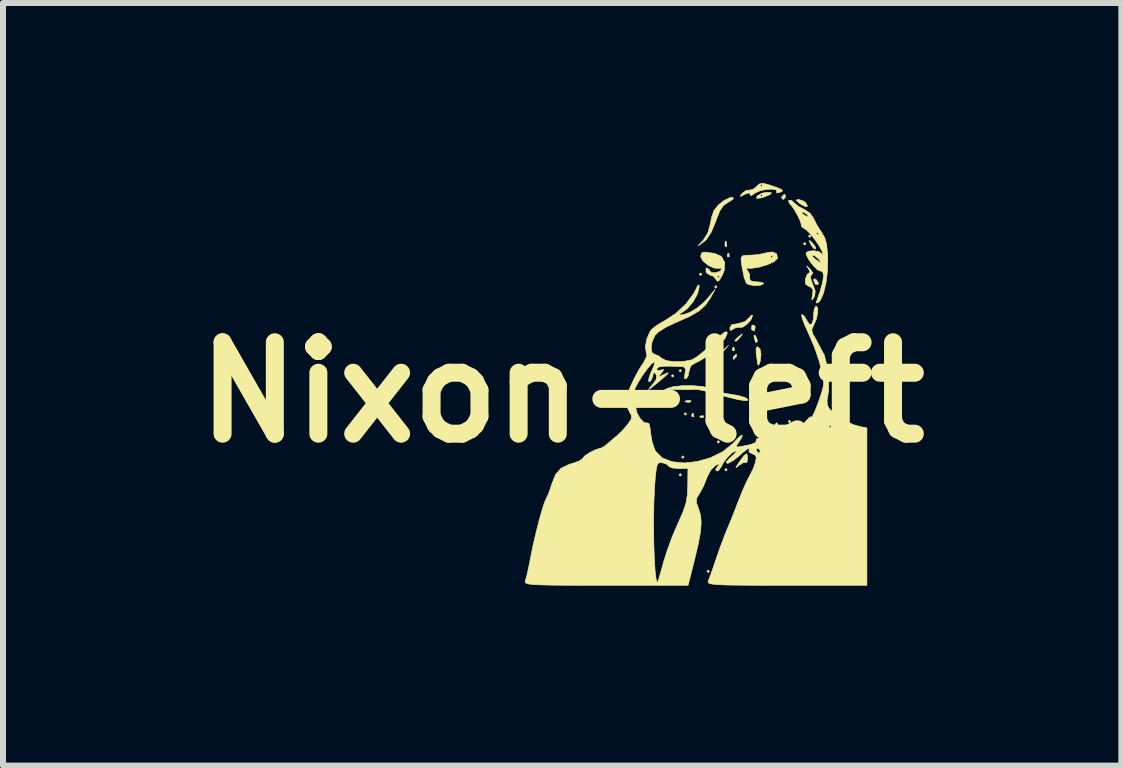
<source format=kicad_pcb>
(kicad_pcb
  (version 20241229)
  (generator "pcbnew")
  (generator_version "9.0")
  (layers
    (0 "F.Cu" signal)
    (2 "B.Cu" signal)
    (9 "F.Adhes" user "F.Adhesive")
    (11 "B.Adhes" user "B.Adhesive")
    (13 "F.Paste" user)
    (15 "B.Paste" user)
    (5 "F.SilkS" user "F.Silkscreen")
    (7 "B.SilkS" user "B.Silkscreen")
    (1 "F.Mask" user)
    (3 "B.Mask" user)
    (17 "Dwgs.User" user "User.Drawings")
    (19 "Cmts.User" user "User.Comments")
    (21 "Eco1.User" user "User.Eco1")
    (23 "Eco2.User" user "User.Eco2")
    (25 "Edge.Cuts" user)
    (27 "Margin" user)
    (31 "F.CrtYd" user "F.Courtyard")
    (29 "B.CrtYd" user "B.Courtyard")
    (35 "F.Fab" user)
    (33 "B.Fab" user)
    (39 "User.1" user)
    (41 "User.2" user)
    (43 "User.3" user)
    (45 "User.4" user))
  (footprint "Nixon-left"
    (layer "F.Cu")
    (at 6.321 3.49)
    (property "Reference" "Nixon-left" (at 0 0 0) (layer "F.SilkS") (effects (font (size 1.524 1.524) (thickness 0.3))))
    (attr through_hole)
    (fp_poly (pts (xy 1.863 -0.275) (xy 1.841 -0.254) (xy 1.82 -0.275) (xy 1.841 -0.296) (xy 1.863 -0.275)) (stroke (width 0.01) (type solid)) (fill yes) (layer "F.SilkS"))
    (fp_poly (pts (xy 1.99 -0.36) (xy 1.968 -0.339) (xy 1.947 -0.36) (xy 1.968 -0.381) (xy 1.99 -0.36)) (stroke (width 0.01) (type solid)) (fill yes) (layer "F.SilkS"))
    (fp_poly (pts (xy 1.99 1.376) (xy 1.968 1.397) (xy 1.947 1.376) (xy 1.968 1.355) (xy 1.99 1.376)) (stroke (width 0.01) (type solid)) (fill yes) (layer "F.SilkS"))
    (fp_poly (pts (xy 2.032 1.079) (xy 2.011 1.101) (xy 1.99 1.079) (xy 2.011 1.058) (xy 2.032 1.079)) (stroke (width 0.01) (type solid)) (fill yes) (layer "F.SilkS"))
    (fp_poly (pts (xy 2.074 0.36) (xy 2.053 0.381) (xy 2.032 0.36) (xy 2.053 0.339) (xy 2.074 0.36)) (stroke (width 0.01) (type solid)) (fill yes) (layer "F.SilkS"))
    (fp_poly (pts (xy 2.328 -1.968) (xy 2.307 -1.947) (xy 2.286 -1.968) (xy 2.307 -1.99) (xy 2.328 -1.968)) (stroke (width 0.01) (type solid)) (fill yes) (layer "F.SilkS"))
    (fp_poly (pts (xy 2.455 2.985) (xy 2.434 3.006) (xy 2.413 2.985) (xy 2.434 2.963) (xy 2.455 2.985)) (stroke (width 0.01) (type solid)) (fill yes) (layer "F.SilkS"))
    (fp_poly (pts (xy 2.582 -1.757) (xy 2.561 -1.736) (xy 2.54 -1.757) (xy 2.561 -1.778) (xy 2.582 -1.757)) (stroke (width 0.01) (type solid)) (fill yes) (layer "F.SilkS"))
    (fp_poly (pts (xy 2.625 0.741) (xy 2.603 0.762) (xy 2.582 0.741) (xy 2.603 0.72) (xy 2.625 0.741)) (stroke (width 0.01) (type solid)) (fill yes) (layer "F.SilkS"))
    (fp_poly (pts (xy 2.625 0.826) (xy 2.603 0.847) (xy 2.582 0.826) (xy 2.603 0.804) (xy 2.625 0.826)) (stroke (width 0.01) (type solid)) (fill yes) (layer "F.SilkS"))
    (fp_poly (pts (xy 2.752 1.291) (xy 2.731 1.312) (xy 2.709 1.291) (xy 2.731 1.27) (xy 2.752 1.291)) (stroke (width 0.01) (type solid)) (fill yes) (layer "F.SilkS"))
    (fp_poly (pts (xy 3.217 0.191) (xy 3.196 0.212) (xy 3.175 0.191) (xy 3.196 0.169) (xy 3.217 0.191)) (stroke (width 0.01) (type solid)) (fill yes) (layer "F.SilkS"))
    (fp_poly (pts (xy 3.641 -0.36) (xy 3.619 -0.339) (xy 3.598 -0.36) (xy 3.619 -0.381) (xy 3.641 -0.36)) (stroke (width 0.01) (type solid)) (fill yes) (layer "F.SilkS"))
    (fp_poly (pts (xy 3.81 0.487) (xy 3.789 0.508) (xy 3.768 0.487) (xy 3.789 0.466) (xy 3.81 0.487)) (stroke (width 0.01) (type solid)) (fill yes) (layer "F.SilkS"))
    (fp_poly (pts (xy 3.937 0.529) (xy 3.916 0.55) (xy 3.895 0.529) (xy 3.916 0.508) (xy 3.937 0.529)) (stroke (width 0.01) (type solid)) (fill yes) (layer "F.SilkS"))
    (fp_poly (pts (xy 4.064 -2.477) (xy 4.043 -2.455) (xy 4.022 -2.477) (xy 4.043 -2.498) (xy 4.064 -2.477)) (stroke (width 0.01) (type solid)) (fill yes) (layer "F.SilkS"))
    (fp_poly (pts (xy 4.149 -2.603) (xy 4.128 -2.582) (xy 4.106 -2.603) (xy 4.128 -2.625) (xy 4.149 -2.603)) (stroke (width 0.01) (type solid)) (fill yes) (layer "F.SilkS"))
    (fp_poly (pts (xy 2.148 0.144) (xy 2.135 0.163) (xy 2.092 0.166) (xy 2.047 0.156) (xy 2.066 0.14) (xy 2.133 0.135) (xy 2.148 0.144)) (stroke (width 0.01) (type solid)) (fill yes) (layer "F.SilkS"))
    (fp_poly (pts (xy 2.187 0.353) (xy 2.192 0.403) (xy 2.187 0.409) (xy 2.162 0.403) (xy 2.159 0.381) (xy 2.174 0.346) (xy 2.187 0.353)) (stroke (width 0.01) (type solid)) (fill yes) (layer "F.SilkS"))
    (fp_poly (pts (xy 2.357 0.395) (xy 2.351 0.42) (xy 2.328 0.423) (xy 2.293 0.408) (xy 2.3 0.395) (xy 2.35 0.39) (xy 2.357 0.395)) (stroke (width 0.01) (type solid)) (fill yes) (layer "F.SilkS"))
    (fp_poly (pts (xy 2.738 -2.506) (xy 2.743 -2.439) (xy 2.735 -2.424) (xy 2.716 -2.437) (xy 2.713 -2.48) (xy 2.723 -2.525) (xy 2.738 -2.506)) (stroke (width 0.01) (type solid)) (fill yes) (layer "F.SilkS"))
    (fp_poly (pts (xy 2.78 -2.314) (xy 2.785 -2.264) (xy 2.78 -2.258) (xy 2.755 -2.264) (xy 2.752 -2.286) (xy 2.767 -2.321) (xy 2.78 -2.314)) (stroke (width 0.01) (type solid)) (fill yes) (layer "F.SilkS"))
    (fp_poly (pts (xy 2.865 -0.748) (xy 2.87 -0.698) (xy 2.865 -0.691) (xy 2.839 -0.697) (xy 2.836 -0.72) (xy 2.852 -0.755) (xy 2.865 -0.748)) (stroke (width 0.01) (type solid)) (fill yes) (layer "F.SilkS"))
    (fp_poly (pts (xy 3.211 -1.112) (xy 3.217 -1.082) (xy 3.203 -1.021) (xy 3.167 -1.039) (xy 3.156 -1.055) (xy 3.161 -1.11) (xy 3.174 -1.121) (xy 3.211 -1.112)) (stroke (width 0.01) (type solid)) (fill yes) (layer "F.SilkS"))
    (fp_poly (pts (xy 3.222 -0.943) (xy 3.224 -0.941) (xy 3.254 -0.868) (xy 3.251 -0.841) (xy 3.229 -0.831) (xy 3.206 -0.886) (xy 3.196 -0.951) (xy 3.222 -0.943)) (stroke (width 0.01) (type solid)) (fill yes) (layer "F.SilkS"))
    (fp_poly (pts (xy 4.129 -2.529) (xy 4.173 -2.488) (xy 4.222 -2.424) (xy 4.224 -2.389) (xy 4.188 -2.402) (xy 4.147 -2.462) (xy 4.115 -2.53) (xy 4.129 -2.529)) (stroke (width 0.01) (type solid)) (fill yes) (layer "F.SilkS"))
    (fp_poly (pts (xy 2.908 -0.608) (xy 2.9 -0.593) (xy 2.86 -0.552) (xy 2.853 -0.55) (xy 2.85 -0.578) (xy 2.857 -0.593) (xy 2.897 -0.633) (xy 2.905 -0.635) (xy 2.908 -0.608)) (stroke (width 0.01) (type solid)) (fill yes) (layer "F.SilkS"))
    (fp_poly (pts (xy 2.992 -0.951) (xy 2.969 -0.921) (xy 2.907 -0.855) (xy 2.879 -0.855) (xy 2.879 -0.863) (xy 2.908 -0.898) (xy 2.953 -0.937) (xy 3.003 -0.973) (xy 2.992 -0.951)) (stroke (width 0.01) (type solid)) (fill yes) (layer "F.SilkS"))
    (fp_poly (pts (xy 3.216 0.032) (xy 3.217 0.042) (xy 3.185 0.083) (xy 3.175 0.085) (xy 3.134 0.052) (xy 3.133 0.042) (xy 3.165 0.001) (xy 3.175 0) (xy 3.216 0.032)) (stroke (width 0.01) (type solid)) (fill yes) (layer "F.SilkS"))
    (fp_poly (pts (xy 3.598 0.541) (xy 3.598 0.55) (xy 3.566 0.591) (xy 3.554 0.593) (xy 3.528 0.567) (xy 3.535 0.55) (xy 3.573 0.51) (xy 3.58 0.508) (xy 3.598 0.541)) (stroke (width 0.01) (type solid)) (fill yes) (layer "F.SilkS"))
    (fp_poly (pts (xy 3.725 -3.269) (xy 3.725 -3.26) (xy 3.693 -3.219) (xy 3.681 -3.217) (xy 3.655 -3.243) (xy 3.662 -3.26) (xy 3.7 -3.3) (xy 3.707 -3.302) (xy 3.725 -3.269)) (stroke (width 0.01) (type solid)) (fill yes) (layer "F.SilkS"))
    (fp_poly (pts (xy 4.241 -1.872) (xy 4.273 -1.818) (xy 4.269 -1.8) (xy 4.225 -1.801) (xy 4.219 -1.806) (xy 4.191 -1.871) (xy 4.191 -1.878) (xy 4.212 -1.894) (xy 4.241 -1.872)) (stroke (width 0.01) (type solid)) (fill yes) (layer "F.SilkS"))
    (fp_poly (pts (xy 2.648 -0.646) (xy 2.558 -0.549) (xy 2.511 -0.511) (xy 2.498 -0.521) (xy 2.498 -0.521) (xy 2.526 -0.555) (xy 2.597 -0.624) (xy 2.635 -0.659) (xy 2.773 -0.783) (xy 2.648 -0.646)) (stroke (width 0.01) (type solid)) (fill yes) (layer "F.SilkS"))
    (fp_poly (pts (xy 3.301 -0.33) (xy 3.301 -0.307) (xy 3.286 -0.233) (xy 3.26 -0.212) (xy 3.219 -0.236) (xy 3.218 -0.243) (xy 3.239 -0.303) (xy 3.26 -0.339) (xy 3.291 -0.372) (xy 3.301 -0.33)) (stroke (width 0.01) (type solid)) (fill yes) (layer "F.SilkS"))
    (fp_poly (pts (xy 4.026 -3.187) (xy 4.064 -3.154) (xy 4.091 -3.103) (xy 4.06 -3.094) (xy 3.988 -3.13) (xy 3.956 -3.152) (xy 3.903 -3.199) (xy 3.92 -3.215) (xy 3.942 -3.216) (xy 4.026 -3.187)) (stroke (width 0.01) (type solid)) (fill yes) (layer "F.SilkS"))
    (fp_poly (pts (xy 3.297 -0.726) (xy 3.315 -0.636) (xy 3.302 -0.521) (xy 3.299 -0.508) (xy 3.275 -0.452) (xy 3.26 -0.466) (xy 3.248 -0.555) (xy 3.234 -0.646) (xy 3.232 -0.729) (xy 3.253 -0.762) (xy 3.297 -0.726)) (stroke (width 0.01) (type solid)) (fill yes) (layer "F.SilkS"))
    (fp_poly (pts (xy 3.088 1.058) (xy 3.09 1.108) (xy 3.08 1.168) (xy 3.062 1.171) (xy 3.014 1.174) (xy 2.948 1.217) (xy 2.899 1.256) (xy 2.898 1.244) (xy 2.944 1.173) (xy 2.958 1.154) (xy 3.032 1.054) (xy 3.073 1.023) (xy 3.088 1.058)) (stroke (width 0.01) (type solid)) (fill yes) (layer "F.SilkS"))
    (fp_poly (pts (xy 3.175 -1.279) (xy 3.147 -1.21) (xy 3.083 -1.138) (xy 3.01 -1.087) (xy 2.96 -1.082) (xy 2.896 -1.08) (xy 2.856 -1.057) (xy 2.807 -1.029) (xy 2.794 -1.072) (xy 2.794 -1.074) (xy 2.826 -1.128) (xy 2.919 -1.143) (xy 3.05 -1.18) (xy 3.109 -1.237) (xy 3.156 -1.288) (xy 3.175 -1.279)) (stroke (width 0.01) (type solid)) (fill yes) (layer "F.SilkS"))
    (fp_poly (pts (xy 3.486 -3.329) (xy 3.481 -3.31) (xy 3.456 -3.294) (xy 3.353 -3.252) (xy 3.297 -3.238) (xy 3.239 -3.235) (xy 3.25 -3.269) (xy 3.257 -3.277) (xy 3.263 -3.281) (xy 3.302 -3.281) (xy 3.323 -3.26) (xy 3.344 -3.281) (xy 3.323 -3.302) (xy 3.302 -3.281) (xy 3.263 -3.281) (xy 3.332 -3.32) (xy 3.415 -3.334) (xy 3.486 -3.329)) (stroke (width 0.01) (type solid)) (fill yes) (layer "F.SilkS"))
    (fp_poly (pts (xy 2.85 -3.222) (xy 2.789 -3.18) (xy 2.772 -3.172) (xy 2.691 -3.117) (xy 2.629 -3.028) (xy 2.571 -2.881) (xy 2.561 -2.853) (xy 2.487 -2.673) (xy 2.403 -2.547) (xy 2.371 -2.518) (xy 2.265 -2.441) (xy 2.358 -2.544) (xy 2.429 -2.66) (xy 2.467 -2.795) (xy 2.493 -2.924) (xy 2.53 -3.03) (xy 2.531 -3.032) (xy 2.602 -3.121) (xy 2.7 -3.198) (xy 2.797 -3.245) (xy 2.849 -3.248) (xy 2.85 -3.222)) (stroke (width 0.01) (type solid)) (fill yes) (layer "F.SilkS"))
    (fp_poly (pts (xy 4.098 -2.089) (xy 4.13 -2.059) (xy 4.18 -1.992) (xy 4.161 -1.961) (xy 4.136 -1.926) (xy 4.158 -1.845) (xy 4.177 -1.802) (xy 4.218 -1.689) (xy 4.209 -1.607) (xy 4.196 -1.582) (xy 4.165 -1.538) (xy 4.162 -1.564) (xy 4.174 -1.622) (xy 4.182 -1.712) (xy 4.142 -1.755) (xy 4.118 -1.763) (xy 4.057 -1.804) (xy 4.054 -1.887) (xy 4.084 -1.965) (xy 4.116 -1.99) (xy 4.129 -2.017) (xy 4.103 -2.064) (xy 4.074 -2.106) (xy 4.098 -2.089)) (stroke (width 0.01) (type solid)) (fill yes) (layer "F.SilkS"))
    (fp_poly (pts (xy 2.337 -0.098) (xy 2.464 -0.071) (xy 2.514 -0.046) (xy 2.589 -0.013) (xy 2.713 0.017) (xy 2.785 0.028) (xy 2.934 0.053) (xy 3.043 0.085) (xy 3.095 0.117) (xy 3.089 0.137) (xy 3.039 0.138) (xy 2.939 0.122) (xy 2.9 0.114) (xy 2.757 0.078) (xy 2.585 0.032) (xy 2.504 0.009) (xy 2.368 -0.026) (xy 2.26 -0.047) (xy 2.218 -0.05) (xy 2.108 -0.045) (xy 1.976 -0.045) (xy 1.894 -0.05) (xy 1.815 -0.044) (xy 1.736 -0.026) (xy 1.666 -0.008) (xy 1.668 -0.017) (xy 1.741 -0.06) (xy 1.743 -0.062) (xy 1.847 -0.094) (xy 2 -0.11) (xy 2.172 -0.111) (xy 2.337 -0.098)) (stroke (width 0.01) (type solid)) (fill yes) (layer "F.SilkS"))
    (fp_poly (pts (xy 3.435 -3.463) (xy 3.496 -3.443) (xy 3.619 -3.399) (xy 3.671 -3.371) (xy 3.664 -3.349) (xy 3.617 -3.328) (xy 3.574 -3.325) (xy 3.577 -3.345) (xy 3.566 -3.376) (xy 3.499 -3.387) (xy 3.402 -3.382) (xy 3.301 -3.361) (xy 3.222 -3.326) (xy 3.21 -3.317) (xy 3.15 -3.278) (xy 3.133 -3.297) (xy 3.115 -3.326) (xy 3.051 -3.304) (xy 3.037 -3.297) (xy 2.973 -3.265) (xy 2.973 -3.282) (xy 3.002 -3.318) (xy 3.07 -3.368) (xy 3.114 -3.37) (xy 3.18 -3.383) (xy 3.238 -3.428) (xy 3.262 -3.45) (xy 3.302 -3.45) (xy 3.323 -3.429) (xy 3.344 -3.45) (xy 3.323 -3.471) (xy 3.302 -3.45) (xy 3.262 -3.45) (xy 3.288 -3.474) (xy 3.344 -3.485) (xy 3.435 -3.463)) (stroke (width 0.01) (type solid)) (fill yes) (layer "F.SilkS"))
    (fp_poly (pts (xy 2.496 -2.322) (xy 2.54 -2.316) (xy 2.654 -2.266) (xy 2.709 -2.166) (xy 2.701 -2.031) (xy 2.669 -1.951) (xy 2.618 -1.865) (xy 2.586 -1.851) (xy 2.569 -1.878) (xy 2.527 -1.926) (xy 2.582 -1.926) (xy 2.603 -1.905) (xy 2.625 -1.926) (xy 2.603 -1.947) (xy 2.582 -1.926) (xy 2.527 -1.926) (xy 2.516 -1.938) (xy 2.482 -1.947) (xy 2.416 -1.982) (xy 2.398 -2.011) (xy 2.397 -2.065) (xy 2.414 -2.074) (xy 2.454 -2.042) (xy 2.455 -2.032) (xy 2.488 -1.997) (xy 2.559 -1.993) (xy 2.629 -2.018) (xy 2.65 -2.039) (xy 2.652 -2.072) (xy 2.621 -2.067) (xy 2.534 -2.071) (xy 2.431 -2.119) (xy 2.344 -2.192) (xy 2.307 -2.267) (xy 2.307 -2.268) (xy 2.332 -2.331) (xy 2.392 -2.337) (xy 2.496 -2.322)) (stroke (width 0.01) (type solid)) (fill yes) (layer "F.SilkS"))
    (fp_poly (pts (xy 3.575 -2.31) (xy 3.59 -2.242) (xy 3.586 -2.229) (xy 3.53 -2.178) (xy 3.421 -2.128) (xy 3.288 -2.088) (xy 3.161 -2.068) (xy 3.111 -2.069) (xy 3.058 -2.068) (xy 3.083 -2.04) (xy 3.083 -2.04) (xy 3.124 -1.971) (xy 3.125 -1.922) (xy 3.132 -1.865) (xy 3.192 -1.844) (xy 3.245 -1.842) (xy 3.331 -1.833) (xy 3.36 -1.813) (xy 3.359 -1.81) (xy 3.303 -1.784) (xy 3.207 -1.779) (xy 3.114 -1.794) (xy 3.069 -1.82) (xy 3.032 -1.921) (xy 2.997 -2.099) (xy 2.986 -2.17) (xy 2.982 -2.245) (xy 3.001 -2.265) (xy 3.471 -2.265) (xy 3.493 -2.244) (xy 3.514 -2.265) (xy 3.493 -2.286) (xy 3.471 -2.265) (xy 3.001 -2.265) (xy 3.014 -2.278) (xy 3.104 -2.286) (xy 3.133 -2.286) (xy 3.27 -2.296) (xy 3.388 -2.321) (xy 3.398 -2.325) (xy 3.504 -2.341) (xy 3.575 -2.31)) (stroke (width 0.01) (type solid)) (fill yes) (layer "F.SilkS"))
    (fp_poly (pts (xy 3.826 -3.198) (xy 3.863 -3.163) (xy 3.942 -3.097) (xy 4.033 -3.051) (xy 4.134 -2.983) (xy 4.191 -2.9) (xy 4.245 -2.791) (xy 4.321 -2.672) (xy 4.325 -2.667) (xy 4.377 -2.577) (xy 4.408 -2.467) (xy 4.423 -2.309) (xy 4.427 -2.217) (xy 4.421 -2.011) (xy 4.396 -1.814) (xy 4.355 -1.649) (xy 4.304 -1.535) (xy 4.272 -1.5) (xy 4.235 -1.487) (xy 4.234 -1.49) (xy 4.247 -1.534) (xy 4.28 -1.629) (xy 4.296 -1.672) (xy 4.342 -1.829) (xy 4.357 -1.948) (xy 4.341 -2.015) (xy 4.307 -2.021) (xy 4.256 -2.042) (xy 4.186 -2.111) (xy 4.117 -2.202) (xy 4.083 -2.266) (xy 4.171 -2.266) (xy 4.215 -2.224) (xy 4.294 -2.169) (xy 4.312 -2.172) (xy 4.276 -2.223) (xy 4.21 -2.276) (xy 4.178 -2.286) (xy 4.171 -2.266) (xy 4.083 -2.266) (xy 4.072 -2.288) (xy 4.064 -2.323) (xy 4.101 -2.351) (xy 4.189 -2.361) (xy 4.191 -2.361) (xy 4.28 -2.346) (xy 4.318 -2.315) (xy 4.318 -2.315) (xy 4.335 -2.291) (xy 4.343 -2.297) (xy 4.337 -2.344) (xy 4.29 -2.431) (xy 4.22 -2.536) (xy 4.142 -2.635) (xy 4.132 -2.646) (xy 4.233 -2.646) (xy 4.255 -2.625) (xy 4.276 -2.646) (xy 4.255 -2.667) (xy 4.233 -2.646) (xy 4.132 -2.646) (xy 4.073 -2.706) (xy 4.044 -2.724) (xy 3.992 -2.762) (xy 3.988 -2.782) (xy 3.975 -2.842) (xy 3.93 -2.94) (xy 3.903 -2.988) (xy 3.992 -2.988) (xy 4.022 -2.963) (xy 4.089 -2.925) (xy 4.098 -2.94) (xy 4.085 -2.963) (xy 4.023 -3.004) (xy 4.009 -3.005) (xy 3.992 -2.988) (xy 3.903 -2.988) (xy 3.872 -3.043) (xy 3.816 -3.122) (xy 3.795 -3.141) (xy 3.771 -3.186) (xy 3.78 -3.201) (xy 3.826 -3.198)) (stroke (width 0.01) (type solid)) (fill yes) (layer "F.SilkS"))
    (fp_poly (pts (xy 2.284 -1.757) (xy 2.256 -1.642) (xy 2.184 -1.511) (xy 2.09 -1.399) (xy 2.031 -1.354) (xy 1.962 -1.308) (xy 1.964 -1.288) (xy 2.024 -1.296) (xy 2.127 -1.332) (xy 2.249 -1.404) (xy 2.374 -1.511) (xy 2.414 -1.555) (xy 2.55 -1.714) (xy 2.471 -1.573) (xy 2.389 -1.454) (xy 2.28 -1.356) (xy 2.127 -1.266) (xy 1.909 -1.17) (xy 1.895 -1.164) (xy 1.733 -1.088) (xy 1.607 -1.009) (xy 1.548 -0.951) (xy 1.499 -0.844) (xy 1.483 -0.738) (xy 1.5 -0.659) (xy 1.54 -0.635) (xy 1.614 -0.605) (xy 1.651 -0.572) (xy 1.73 -0.53) (xy 1.861 -0.51) (xy 2.012 -0.513) (xy 2.152 -0.54) (xy 2.174 -0.548) (xy 2.254 -0.597) (xy 2.369 -0.69) (xy 2.496 -0.808) (xy 2.516 -0.828) (xy 2.636 -0.945) (xy 2.709 -1.004) (xy 2.745 -1.01) (xy 2.752 -0.984) (xy 2.719 -0.906) (xy 2.636 -0.802) (xy 2.521 -0.69) (xy 2.394 -0.588) (xy 2.276 -0.516) (xy 2.241 -0.501) (xy 2.145 -0.445) (xy 2.117 -0.358) (xy 2.098 -0.268) (xy 2.068 -0.229) (xy 2.038 -0.231) (xy 2.046 -0.303) (xy 2.048 -0.311) (xy 2.057 -0.395) (xy 2.02 -0.426) (xy 2.001 -0.428) (xy 1.805 -0.436) (xy 1.68 -0.435) (xy 1.609 -0.422) (xy 1.579 -0.395) (xy 1.577 -0.392) (xy 1.588 -0.358) (xy 1.637 -0.368) (xy 1.689 -0.382) (xy 1.679 -0.354) (xy 1.651 -0.318) (xy 1.611 -0.265) (xy 1.632 -0.265) (xy 1.683 -0.291) (xy 1.756 -0.326) (xy 1.769 -0.32) (xy 1.718 -0.269) (xy 1.602 -0.17) (xy 1.577 -0.15) (xy 1.479 -0.072) (xy 1.441 -0.048) (xy 1.461 -0.077) (xy 1.49 -0.11) (xy 1.565 -0.208) (xy 1.574 -0.279) (xy 1.565 -0.297) (xy 1.533 -0.336) (xy 1.516 -0.305) (xy 1.508 -0.258) (xy 1.476 -0.192) (xy 1.471 -0.187) (xy 1.442 -0.178) (xy 1.444 -0.227) (xy 1.472 -0.313) (xy 1.504 -0.383) (xy 1.538 -0.467) (xy 1.537 -0.507) (xy 1.533 -0.508) (xy 1.489 -0.475) (xy 1.419 -0.392) (xy 1.339 -0.281) (xy 1.267 -0.166) (xy 1.217 -0.071) (xy 1.205 -0.036) (xy 1.18 0.052) (xy 1.166 0.082) (xy 1.171 0.136) (xy 1.185 0.148) (xy 1.22 0.208) (xy 1.228 0.26) (xy 1.249 0.348) (xy 1.3 0.436) (xy 1.361 0.499) (xy 1.414 0.514) (xy 1.423 0.508) (xy 1.448 0.521) (xy 1.467 0.604) (xy 1.473 0.666) (xy 1.497 0.816) (xy 1.541 0.951) (xy 1.557 0.982) (xy 1.668 1.093) (xy 1.832 1.157) (xy 2.032 1.177) (xy 2.25 1.154) (xy 2.469 1.092) (xy 2.674 0.991) (xy 2.847 0.854) (xy 2.874 0.824) (xy 2.959 0.737) (xy 3.002 0.711) (xy 2.996 0.747) (xy 2.943 0.833) (xy 2.908 0.883) (xy 2.903 0.908) (xy 2.943 0.91) (xy 3.042 0.891) (xy 3.145 0.869) (xy 3.221 0.839) (xy 3.237 0.802) (xy 3.244 0.771) (xy 3.267 0.772) (xy 3.31 0.749) (xy 3.312 0.715) (xy 3.334 0.637) (xy 3.376 0.59) (xy 3.425 0.555) (xy 3.414 0.574) (xy 3.397 0.593) (xy 3.352 0.66) (xy 3.344 0.688) (xy 3.372 0.704) (xy 3.397 0.693) (xy 3.423 0.687) (xy 3.392 0.733) (xy 3.363 0.79) (xy 3.387 0.806) (xy 3.444 0.782) (xy 3.507 0.728) (xy 3.546 0.69) (xy 3.54 0.707) (xy 3.527 0.754) (xy 3.564 0.757) (xy 3.626 0.717) (xy 3.632 0.711) (xy 3.674 0.682) (xy 3.683 0.714) (xy 3.7 0.74) (xy 3.75 0.702) (xy 3.827 0.648) (xy 3.873 0.635) (xy 3.934 0.605) (xy 3.971 0.572) (xy 4.445 0.572) (xy 4.466 0.593) (xy 4.487 0.572) (xy 4.466 0.55) (xy 4.445 0.572) (xy 3.971 0.572) (xy 4.017 0.53) (xy 4.039 0.505) (xy 4.107 0.432) (xy 4.146 0.405) (xy 4.15 0.41) (xy 4.164 0.412) (xy 4.195 0.354) (xy 4.237 0.255) (xy 4.282 0.135) (xy 4.322 0.015) (xy 4.35 -0.087) (xy 4.359 -0.142) (xy 4.341 -0.301) (xy 4.288 -0.509) (xy 4.209 -0.742) (xy 4.11 -0.975) (xy 4.096 -1.006) (xy 4.035 -1.141) (xy 3.998 -1.245) (xy 3.992 -1.297) (xy 3.993 -1.297) (xy 4.026 -1.283) (xy 4.069 -1.213) (xy 4.12 -1.135) (xy 4.162 -1.138) (xy 4.187 -1.216) (xy 4.191 -1.294) (xy 4.202 -1.391) (xy 4.228 -1.438) (xy 4.233 -1.439) (xy 4.259 -1.405) (xy 4.259 -1.32) (xy 4.235 -1.215) (xy 4.191 -1.117) (xy 4.191 -1.116) (xy 4.16 -1.044) (xy 4.177 -0.973) (xy 4.219 -0.905) (xy 4.369 -0.622) (xy 4.445 -0.325) (xy 4.442 -0.029) (xy 4.437 0.003) (xy 4.416 0.136) (xy 4.421 0.217) (xy 4.457 0.278) (xy 4.505 0.326) (xy 4.58 0.414) (xy 4.615 0.493) (xy 4.615 0.499) (xy 4.624 0.545) (xy 4.652 0.515) (xy 4.704 0.48) (xy 4.767 0.502) (xy 4.871 0.544) (xy 4.964 0.57) (xy 5.08 0.594) (xy 5.08 3.217) (xy 3.742 3.217) (xy 3.37 3.217) (xy 3.075 3.216) (xy 2.847 3.214) (xy 2.679 3.21) (xy 2.562 3.203) (xy 2.487 3.194) (xy 2.447 3.182) (xy 2.432 3.167) (xy 2.435 3.147) (xy 2.436 3.143) (xy 2.465 3.069) (xy 2.511 2.94) (xy 2.565 2.781) (xy 2.575 2.752) (xy 2.638 2.572) (xy 2.702 2.4) (xy 2.754 2.271) (xy 2.757 2.265) (xy 2.811 2.137) (xy 2.878 1.967) (xy 2.943 1.799) (xy 3.007 1.638) (xy 3.07 1.497) (xy 3.118 1.405) (xy 3.119 1.402) (xy 3.18 1.283) (xy 3.22 1.176) (xy 3.237 1.084) (xy 3.21 1.041) (xy 3.174 1.028) (xy 3.117 0.995) (xy 3.114 0.969) (xy 3.118 0.957) (xy 3.232 0.957) (xy 3.239 0.974) (xy 3.277 1.014) (xy 3.283 1.016) (xy 3.302 0.983) (xy 3.302 0.974) (xy 3.269 0.933) (xy 3.257 0.931) (xy 3.232 0.957) (xy 3.118 0.957) (xy 3.126 0.931) (xy 3.086 0.946) (xy 3.007 1.007) (xy 2.95 1.058) (xy 2.853 1.136) (xy 2.772 1.18) (xy 2.752 1.184) (xy 2.735 1.162) (xy 2.787 1.102) (xy 2.815 1.078) (xy 2.884 1.013) (xy 2.904 0.977) (xy 2.897 0.974) (xy 2.834 1.006) (xy 2.754 1.083) (xy 2.683 1.178) (xy 2.653 1.238) (xy 2.609 1.301) (xy 2.578 1.312) (xy 2.557 1.29) (xy 2.588 1.242) (xy 2.622 1.195) (xy 2.597 1.198) (xy 2.554 1.22) (xy 2.481 1.292) (xy 2.419 1.405) (xy 2.411 1.428) (xy 2.357 1.563) (xy 2.293 1.681) (xy 2.286 1.691) (xy 2.24 1.768) (xy 2.238 1.84) (xy 2.274 1.941) (xy 2.307 2.047) (xy 2.318 2.169) (xy 2.306 2.322) (xy 2.27 2.523) (xy 2.208 2.786) (xy 2.198 2.826) (xy 2.099 3.217) (xy 0.728 3.217) (xy 0.351 3.217) (xy 0.05 3.216) (xy -0.183 3.214) (xy -0.356 3.21) (xy -0.477 3.204) (xy -0.556 3.195) (xy -0.599 3.183) (xy -0.617 3.168) (xy -0.616 3.149) (xy -0.614 3.143) (xy -0.592 3.066) (xy -0.562 2.933) (xy -0.53 2.774) (xy -0.53 2.773) (xy -0.491 2.576) (xy -0.442 2.366) (xy -0.391 2.161) (xy -0.369 2.083) (xy 1.525 2.083) (xy 1.525 2.328) (xy 1.529 2.565) (xy 1.537 2.78) (xy 1.548 2.96) (xy 1.562 3.091) (xy 1.578 3.16) (xy 1.59 3.165) (xy 1.607 3.121) (xy 1.638 3.016) (xy 1.679 2.871) (xy 1.688 2.836) (xy 1.75 2.638) (xy 1.834 2.41) (xy 1.923 2.2) (xy 1.932 2.18) (xy 2.016 1.991) (xy 2.065 1.843) (xy 2.088 1.701) (xy 2.094 1.556) (xy 2.096 1.27) (xy 1.937 1.27) (xy 1.835 1.261) (xy 1.781 1.239) (xy 1.778 1.233) (xy 1.742 1.197) (xy 1.678 1.176) (xy 1.624 1.171) (xy 1.591 1.194) (xy 1.571 1.263) (xy 1.555 1.394) (xy 1.551 1.436) (xy 1.538 1.624) (xy 1.529 1.844) (xy 1.525 2.083) (xy -0.369 2.083) (xy -0.34 1.98) (xy -0.297 1.841) (xy -0.264 1.765) (xy -0.262 1.762) (xy -0.229 1.694) (xy -0.189 1.58) (xy -0.176 1.536) (xy -0.111 1.371) (xy -0.02 1.266) (xy 0.122 1.199) (xy 0.171 1.185) (xy 0.276 1.148) (xy 0.334 1.112) (xy 0.339 1.102) (xy 0.373 1.063) (xy 0.453 1.009) (xy 0.549 0.96) (xy 0.628 0.933) (xy 0.642 0.931) (xy 0.697 0.905) (xy 0.757 0.857) (xy 0.855 0.771) (xy 0.918 0.72) (xy 1 0.641) (xy 1.088 0.539) (xy 1.091 0.535) (xy 1.15 0.448) (xy 1.156 0.388) (xy 1.121 0.325) (xy 1.072 0.221) (xy 1.058 0.147) (xy 1.079 0.056) (xy 1.131 -0.08) (xy 1.204 -0.237) (xy 1.285 -0.386) (xy 1.361 -0.502) (xy 1.413 -0.61) (xy 1.401 -0.668) (xy 1.387 -0.762) (xy 1.41 -0.888) (xy 1.463 -1.009) (xy 1.488 -1.044) (xy 1.556 -1.102) (xy 1.667 -1.171) (xy 1.71 -1.194) (xy 1.895 -1.316) (xy 2.066 -1.476) (xy 2.194 -1.648) (xy 2.225 -1.709) (xy 2.264 -1.786) (xy 2.282 -1.786) (xy 2.284 -1.757)) (stroke (width 0.01) (type solid)) (fill yes) (layer "F.SilkS")))
  (gr_rect
    (start -3 -3)
    (end 15.642 9.712)
    (stroke (width 0.1) (type default))
    (fill no)
    (layer "Edge.Cuts")))
</source>
